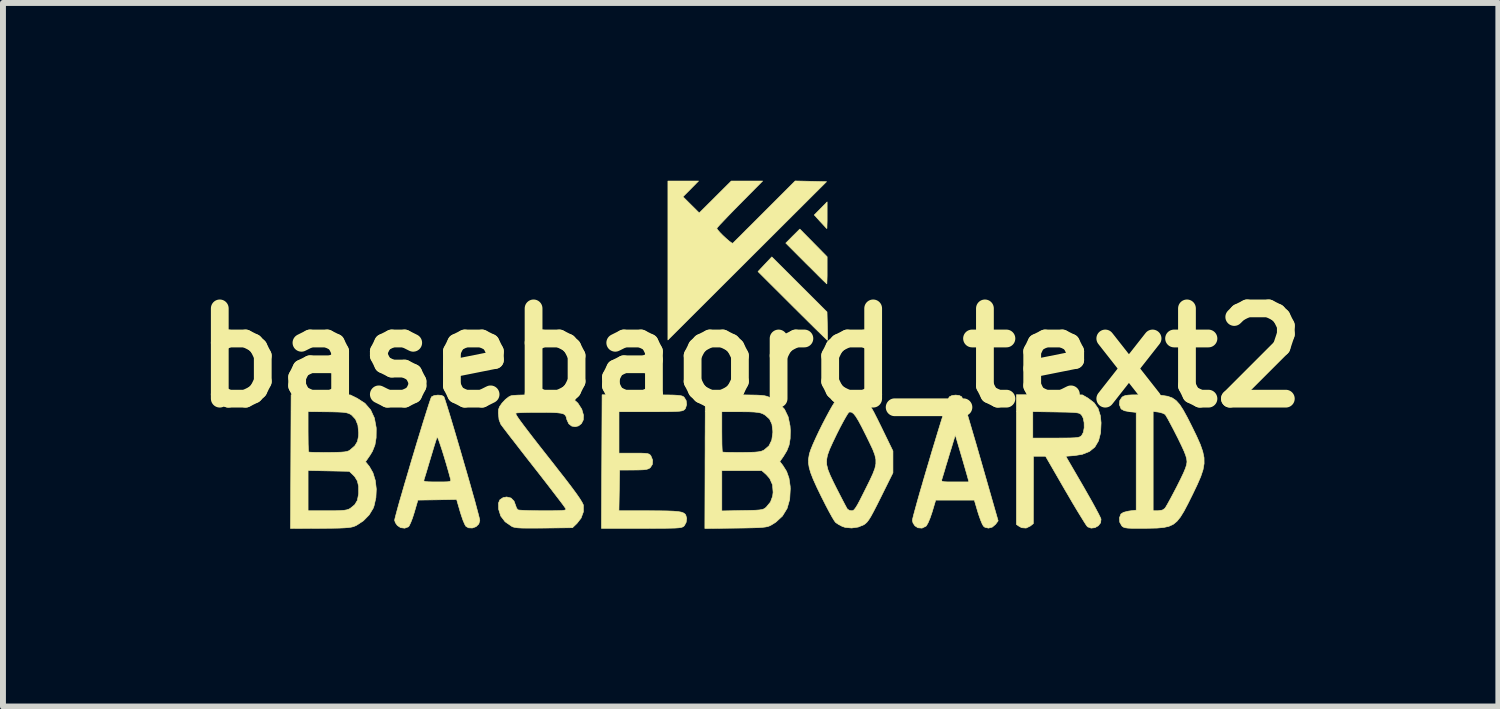
<source format=kicad_pcb>
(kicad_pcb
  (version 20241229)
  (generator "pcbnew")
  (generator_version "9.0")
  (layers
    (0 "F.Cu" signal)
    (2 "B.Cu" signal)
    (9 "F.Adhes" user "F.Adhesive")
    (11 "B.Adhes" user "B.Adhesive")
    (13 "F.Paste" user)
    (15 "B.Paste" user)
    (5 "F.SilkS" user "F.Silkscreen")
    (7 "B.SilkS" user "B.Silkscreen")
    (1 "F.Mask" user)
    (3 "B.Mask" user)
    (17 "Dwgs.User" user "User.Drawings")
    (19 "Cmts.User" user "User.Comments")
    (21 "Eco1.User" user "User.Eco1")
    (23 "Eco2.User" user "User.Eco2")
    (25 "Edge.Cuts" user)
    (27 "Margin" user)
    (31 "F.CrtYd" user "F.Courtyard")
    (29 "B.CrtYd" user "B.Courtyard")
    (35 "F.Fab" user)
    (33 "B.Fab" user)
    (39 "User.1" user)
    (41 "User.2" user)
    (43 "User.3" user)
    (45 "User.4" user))
  (footprint "basebaord_text2"
    (layer "F.Cu")
    (at 9.623 2.991)
    (property "Reference" "basebaord_text2" (at 0 0 0) (layer "F.SilkS") (effects (font (size 1.524 1.524) (thickness 0.3))))
    (attr through_hole)
    (fp_poly (pts (xy 1.291 -2.406) (xy 1.291 -2.314) (xy 1.289 -2.241) (xy 1.288 -2.194) (xy 1.286 -2.182) (xy 1.27 -2.198) (xy 1.234 -2.237) (xy 1.184 -2.291) (xy 1.177 -2.298) (xy 1.074 -2.412) (xy 1.183 -2.522) (xy 1.291 -2.632) (xy 1.291 -2.406)) (stroke (width 0.01) (type solid)) (fill yes) (layer "F.SilkS"))
    (fp_poly (pts (xy 1.061 -1.94) (xy 1.291 -1.706) (xy 1.291 -1.478) (xy 1.291 -1.385) (xy 1.289 -1.31) (xy 1.287 -1.262) (xy 1.286 -1.249) (xy 1.27 -1.263) (xy 1.228 -1.303) (xy 1.165 -1.365) (xy 1.086 -1.444) (xy 0.993 -1.537) (xy 0.936 -1.593) (xy 0.593 -1.937) (xy 0.711 -2.056) (xy 0.83 -2.174) (xy 1.061 -1.94)) (stroke (width 0.01) (type solid)) (fill yes) (layer "F.SilkS"))
    (fp_poly (pts (xy 0.823 -1.239) (xy 1.289 -0.774) (xy 1.295 -0.535) (xy 1.297 -0.44) (xy 1.298 -0.363) (xy 1.297 -0.313) (xy 1.295 -0.296) (xy 1.279 -0.311) (xy 1.237 -0.352) (xy 1.171 -0.416) (xy 1.084 -0.501) (xy 0.981 -0.603) (xy 0.864 -0.719) (xy 0.737 -0.845) (xy 0.706 -0.876) (xy 0.124 -1.456) (xy 0.24 -1.58) (xy 0.357 -1.704) (xy 0.823 -1.239)) (stroke (width 0.01) (type solid)) (fill yes) (layer "F.SilkS"))
    (fp_poly (pts (xy 1.281 -2.974) (xy -0.058 -1.638) (xy -1.397 -0.302) (xy -1.397 -2.985) (xy -0.88 -2.985) (xy -1.011 -2.852) (xy -1.143 -2.719) (xy -1.005 -2.582) (xy -0.868 -2.446) (xy -0.327 -2.985) (xy 0.202 -2.985) (xy -0.185 -2.594) (xy -0.289 -2.488) (xy -0.382 -2.392) (xy -0.461 -2.309) (xy -0.522 -2.245) (xy -0.56 -2.202) (xy -0.572 -2.186) (xy -0.557 -2.161) (xy -0.521 -2.119) (xy -0.471 -2.068) (xy -0.415 -2.016) (xy -0.363 -1.971) (xy -0.322 -1.941) (xy -0.302 -1.933) (xy -0.284 -1.951) (xy -0.239 -1.996) (xy -0.171 -2.063) (xy -0.085 -2.15) (xy 0.018 -2.252) (xy 0.133 -2.367) (xy 0.233 -2.467) (xy 0.752 -2.986) (xy 1.281 -2.974)) (stroke (width 0.01) (type solid)) (fill yes) (layer "F.SilkS"))
    (fp_poly (pts (xy -1.838 0.625) (xy -1.651 0.625) (xy -1.502 0.626) (xy -1.386 0.627) (xy -1.298 0.629) (xy -1.234 0.633) (xy -1.19 0.638) (xy -1.16 0.644) (xy -1.14 0.653) (xy -1.125 0.664) (xy -1.124 0.665) (xy -1.089 0.721) (xy -1.081 0.789) (xy -1.1 0.853) (xy -1.118 0.875) (xy -1.135 0.886) (xy -1.16 0.895) (xy -1.2 0.901) (xy -1.26 0.905) (xy -1.343 0.908) (xy -1.457 0.909) (xy -1.605 0.91) (xy -1.69 0.91) (xy -2.223 0.91) (xy -2.223 1.609) (xy -1.97 1.609) (xy -1.862 1.609) (xy -1.789 1.612) (xy -1.741 1.617) (xy -1.712 1.627) (xy -1.693 1.643) (xy -1.684 1.656) (xy -1.655 1.727) (xy -1.659 1.798) (xy -1.694 1.853) (xy -1.72 1.871) (xy -1.757 1.883) (xy -1.812 1.89) (xy -1.895 1.893) (xy -1.975 1.894) (xy -2.212 1.895) (xy -2.218 2.239) (xy -2.224 2.582) (xy -1.714 2.582) (xy -1.541 2.583) (xy -1.405 2.585) (xy -1.301 2.589) (xy -1.225 2.596) (xy -1.171 2.605) (xy -1.134 2.619) (xy -1.109 2.637) (xy -1.096 2.654) (xy -1.08 2.71) (xy -1.089 2.777) (xy -1.119 2.833) (xy -1.122 2.836) (xy -1.135 2.848) (xy -1.152 2.857) (xy -1.178 2.865) (xy -1.217 2.87) (xy -1.273 2.874) (xy -1.352 2.876) (xy -1.458 2.878) (xy -1.595 2.878) (xy -1.768 2.879) (xy -1.842 2.879) (xy -2.519 2.879) (xy -2.508 0.624) (xy -1.838 0.625)) (stroke (width 0.01) (type solid)) (fill yes) (layer "F.SilkS"))
    (fp_poly (pts (xy 5.601 0.626) (xy 5.7 0.684) (xy 5.799 0.76) (xy 5.866 0.856) (xy 5.904 0.978) (xy 5.916 1.097) (xy 5.908 1.265) (xy 5.873 1.401) (xy 5.811 1.506) (xy 5.72 1.581) (xy 5.599 1.629) (xy 5.47 1.65) (xy 5.32 1.662) (xy 5.613 2.166) (xy 5.69 2.301) (xy 5.761 2.426) (xy 5.821 2.536) (xy 5.869 2.626) (xy 5.901 2.69) (xy 5.915 2.723) (xy 5.915 2.724) (xy 5.908 2.785) (xy 5.869 2.835) (xy 5.813 2.867) (xy 5.748 2.875) (xy 5.688 2.853) (xy 5.687 2.852) (xy 5.668 2.828) (xy 5.631 2.771) (xy 5.579 2.687) (xy 5.514 2.581) (xy 5.439 2.456) (xy 5.358 2.317) (xy 5.315 2.244) (xy 4.979 1.662) (xy 4.774 1.662) (xy 4.773 2.23) (xy 4.772 2.799) (xy 4.722 2.839) (xy 4.65 2.874) (xy 4.576 2.868) (xy 4.534 2.846) (xy 4.487 2.813) (xy 4.487 1.355) (xy 4.763 1.355) (xy 5.154 1.355) (xy 5.293 1.354) (xy 5.396 1.353) (xy 5.469 1.35) (xy 5.518 1.345) (xy 5.551 1.337) (xy 5.573 1.325) (xy 5.588 1.312) (xy 5.617 1.258) (xy 5.631 1.181) (xy 5.63 1.095) (xy 5.614 1.017) (xy 5.59 0.971) (xy 5.574 0.953) (xy 5.556 0.94) (xy 5.528 0.931) (xy 5.485 0.925) (xy 5.419 0.92) (xy 5.326 0.917) (xy 5.199 0.915) (xy 5.156 0.914) (xy 4.763 0.908) (xy 4.763 1.355) (xy 4.487 1.355) (xy 4.487 0.623) (xy 5.601 0.626)) (stroke (width 0.01) (type solid)) (fill yes) (layer "F.SilkS"))
    (fp_poly (pts (xy 3.522 0.636) (xy 3.563 0.658) (xy 3.564 0.66) (xy 3.575 0.686) (xy 3.595 0.749) (xy 3.625 0.845) (xy 3.663 0.969) (xy 3.707 1.118) (xy 3.757 1.288) (xy 3.812 1.475) (xy 3.869 1.674) (xy 3.883 1.722) (xy 4.178 2.752) (xy 4.135 2.81) (xy 4.079 2.858) (xy 4.015 2.875) (xy 3.955 2.861) (xy 3.93 2.841) (xy 3.909 2.804) (xy 3.881 2.737) (xy 3.851 2.652) (xy 3.835 2.602) (xy 3.776 2.402) (xy 3.124 2.402) (xy 3.064 2.603) (xy 3.03 2.703) (xy 2.997 2.782) (xy 2.968 2.833) (xy 2.96 2.842) (xy 2.893 2.875) (xy 2.823 2.869) (xy 2.773 2.836) (xy 2.741 2.788) (xy 2.731 2.746) (xy 2.736 2.713) (xy 2.753 2.645) (xy 2.78 2.546) (xy 2.814 2.422) (xy 2.855 2.277) (xy 2.902 2.117) (xy 2.914 2.075) (xy 3.224 2.075) (xy 3.236 2.085) (xy 3.268 2.092) (xy 3.328 2.095) (xy 3.421 2.095) (xy 3.449 2.095) (xy 3.684 2.095) (xy 3.671 2.045) (xy 3.661 2.008) (xy 3.641 1.938) (xy 3.614 1.844) (xy 3.582 1.733) (xy 3.557 1.648) (xy 3.455 1.302) (xy 3.388 1.524) (xy 3.354 1.633) (xy 3.321 1.744) (xy 3.291 1.841) (xy 3.279 1.884) (xy 3.256 1.96) (xy 3.237 2.023) (xy 3.226 2.058) (xy 3.224 2.075) (xy 2.914 2.075) (xy 2.952 1.945) (xy 3.005 1.767) (xy 3.058 1.587) (xy 3.112 1.41) (xy 3.163 1.241) (xy 3.211 1.085) (xy 3.255 0.946) (xy 3.292 0.829) (xy 3.322 0.74) (xy 3.343 0.681) (xy 3.353 0.66) (xy 3.398 0.637) (xy 3.461 0.629) (xy 3.522 0.636)) (stroke (width 0.01) (type solid)) (fill yes) (layer "F.SilkS"))
    (fp_poly (pts (xy -6.76 0.626) (xy -6.64 0.685) (xy -6.511 0.769) (xy -6.415 0.88) (xy -6.352 1.017) (xy -6.322 1.179) (xy -6.321 1.202) (xy -6.323 1.35) (xy -6.343 1.471) (xy -6.385 1.577) (xy -6.426 1.645) (xy -6.502 1.755) (xy -6.437 1.835) (xy -6.377 1.94) (xy -6.337 2.071) (xy -6.32 2.216) (xy -6.327 2.362) (xy -6.358 2.499) (xy -6.373 2.54) (xy -6.441 2.652) (xy -6.539 2.752) (xy -6.655 2.828) (xy -6.674 2.837) (xy -6.707 2.85) (xy -6.745 2.859) (xy -6.795 2.866) (xy -6.862 2.871) (xy -6.953 2.875) (xy -7.074 2.877) (xy -7.229 2.878) (xy -7.265 2.878) (xy -7.769 2.88) (xy -7.767 2.582) (xy -7.472 2.582) (xy -7.149 2.582) (xy -7.022 2.582) (xy -6.929 2.579) (xy -6.863 2.574) (xy -6.817 2.566) (xy -6.782 2.554) (xy -6.759 2.541) (xy -6.685 2.481) (xy -6.64 2.407) (xy -6.62 2.305) (xy -6.618 2.284) (xy -6.619 2.168) (xy -6.64 2.078) (xy -6.684 2.006) (xy -6.711 1.978) (xy -6.776 1.916) (xy -7.124 1.909) (xy -7.472 1.902) (xy -7.472 2.582) (xy -7.767 2.582) (xy -7.763 1.752) (xy -7.761 1.244) (xy -7.472 1.244) (xy -7.471 1.359) (xy -7.47 1.458) (xy -7.467 1.535) (xy -7.464 1.58) (xy -7.462 1.59) (xy -7.439 1.593) (xy -7.38 1.596) (xy -7.295 1.597) (xy -7.19 1.598) (xy -7.134 1.598) (xy -7.009 1.596) (xy -6.918 1.593) (xy -6.855 1.588) (xy -6.812 1.58) (xy -6.781 1.568) (xy -6.759 1.553) (xy -6.682 1.485) (xy -6.638 1.412) (xy -6.62 1.32) (xy -6.618 1.265) (xy -6.631 1.135) (xy -6.671 1.036) (xy -6.738 0.965) (xy -6.756 0.953) (xy -6.787 0.938) (xy -6.826 0.927) (xy -6.881 0.919) (xy -6.959 0.915) (xy -7.067 0.912) (xy -7.146 0.911) (xy -7.472 0.908) (xy -7.472 1.244) (xy -7.761 1.244) (xy -7.758 0.624) (xy -6.76 0.626)) (stroke (width 0.01) (type solid)) (fill yes) (layer "F.SilkS"))
    (fp_poly (pts (xy 6.654 0.625) (xy 6.67 0.625) (xy 6.822 0.627) (xy 6.943 0.634) (xy 7.04 0.649) (xy 7.118 0.677) (xy 7.184 0.723) (xy 7.244 0.79) (xy 7.304 0.883) (xy 7.371 1.005) (xy 7.447 1.155) (xy 7.529 1.323) (xy 7.591 1.463) (xy 7.632 1.581) (xy 7.654 1.686) (xy 7.655 1.786) (xy 7.637 1.89) (xy 7.599 2.004) (xy 7.541 2.138) (xy 7.465 2.297) (xy 7.384 2.46) (xy 7.316 2.589) (xy 7.255 2.688) (xy 7.196 2.761) (xy 7.133 2.812) (xy 7.06 2.845) (xy 6.973 2.864) (xy 6.865 2.874) (xy 6.731 2.877) (xy 6.662 2.878) (xy 6.532 2.878) (xy 6.436 2.878) (xy 6.37 2.875) (xy 6.326 2.869) (xy 6.297 2.86) (xy 6.276 2.847) (xy 6.266 2.837) (xy 6.231 2.775) (xy 6.226 2.702) (xy 6.25 2.638) (xy 6.294 2.609) (xy 6.373 2.589) (xy 6.393 2.586) (xy 6.422 2.582) (xy 6.795 2.582) (xy 6.876 2.582) (xy 6.949 2.571) (xy 6.99 2.545) (xy 7.011 2.515) (xy 7.046 2.454) (xy 7.093 2.368) (xy 7.147 2.266) (xy 7.195 2.174) (xy 7.261 2.042) (xy 7.309 1.941) (xy 7.341 1.864) (xy 7.359 1.806) (xy 7.366 1.761) (xy 7.366 1.75) (xy 7.361 1.706) (xy 7.346 1.651) (xy 7.318 1.578) (xy 7.274 1.482) (xy 7.213 1.356) (xy 7.196 1.323) (xy 7.139 1.211) (xy 7.087 1.113) (xy 7.044 1.032) (xy 7.012 0.978) (xy 6.998 0.956) (xy 6.96 0.936) (xy 6.9 0.919) (xy 6.882 0.916) (xy 6.795 0.905) (xy 6.795 2.582) (xy 6.422 2.582) (xy 6.509 2.572) (xy 6.509 0.921) (xy 6.395 0.909) (xy 6.309 0.893) (xy 6.258 0.865) (xy 6.252 0.858) (xy 6.225 0.79) (xy 6.232 0.72) (xy 6.271 0.663) (xy 6.273 0.662) (xy 6.296 0.648) (xy 6.326 0.637) (xy 6.37 0.63) (xy 6.434 0.626) (xy 6.527 0.625) (xy 6.654 0.625)) (stroke (width 0.01) (type solid)) (fill yes) (layer "F.SilkS"))
    (fp_poly (pts (xy -5.22 0.634) (xy -5.182 0.652) (xy -5.171 0.676) (xy -5.151 0.737) (xy -5.122 0.828) (xy -5.085 0.947) (xy -5.043 1.087) (xy -4.996 1.244) (xy -4.946 1.414) (xy -4.894 1.591) (xy -4.842 1.771) (xy -4.79 1.949) (xy -4.741 2.12) (xy -4.696 2.28) (xy -4.655 2.424) (xy -4.622 2.548) (xy -4.596 2.645) (xy -4.579 2.713) (xy -4.573 2.745) (xy -4.573 2.746) (xy -4.59 2.805) (xy -4.636 2.85) (xy -4.698 2.873) (xy -4.762 2.87) (xy -4.806 2.846) (xy -4.826 2.813) (xy -4.854 2.749) (xy -4.883 2.665) (xy -4.903 2.602) (xy -4.964 2.391) (xy -5.291 2.397) (xy -5.618 2.402) (xy -5.68 2.614) (xy -5.709 2.705) (xy -5.739 2.782) (xy -5.764 2.834) (xy -5.776 2.852) (xy -5.84 2.876) (xy -5.91 2.867) (xy -5.965 2.83) (xy -5.998 2.783) (xy -6.011 2.743) (xy -6.005 2.711) (xy -5.988 2.645) (xy -5.962 2.548) (xy -5.928 2.425) (xy -5.886 2.282) (xy -5.84 2.122) (xy -5.823 2.066) (xy -5.518 2.066) (xy -5.516 2.079) (xy -5.493 2.088) (xy -5.444 2.093) (xy -5.363 2.095) (xy -5.291 2.095) (xy -5.188 2.095) (xy -5.121 2.093) (xy -5.082 2.087) (xy -5.065 2.078) (xy -5.063 2.063) (xy -5.064 2.058) (xy -5.098 1.932) (xy -5.135 1.803) (xy -5.172 1.679) (xy -5.207 1.566) (xy -5.239 1.469) (xy -5.265 1.394) (xy -5.284 1.349) (xy -5.293 1.338) (xy -5.304 1.367) (xy -5.324 1.429) (xy -5.351 1.516) (xy -5.383 1.622) (xy -5.407 1.701) (xy -5.441 1.815) (xy -5.471 1.917) (xy -5.496 1.998) (xy -5.512 2.05) (xy -5.518 2.066) (xy -5.823 2.066) (xy -5.789 1.951) (xy -5.737 1.773) (xy -5.683 1.594) (xy -5.63 1.417) (xy -5.578 1.248) (xy -5.53 1.091) (xy -5.486 0.951) (xy -5.449 0.834) (xy -5.419 0.742) (xy -5.398 0.682) (xy -5.387 0.658) (xy -5.344 0.637) (xy -5.281 0.629) (xy -5.22 0.634)) (stroke (width 0.01) (type solid)) (fill yes) (layer "F.SilkS"))
    (fp_poly (pts (xy 1.812 0.639) (xy 1.884 0.667) (xy 1.92 0.689) (xy 1.953 0.72) (xy 1.989 0.764) (xy 2.029 0.827) (xy 2.078 0.914) (xy 2.136 1.028) (xy 2.209 1.176) (xy 2.223 1.205) (xy 2.402 1.573) (xy 2.402 1.941) (xy 2.197 2.354) (xy 2.127 2.494) (xy 2.072 2.6) (xy 2.029 2.679) (xy 1.994 2.735) (xy 1.964 2.774) (xy 1.936 2.8) (xy 1.913 2.817) (xy 1.816 2.857) (xy 1.705 2.873) (xy 1.597 2.863) (xy 1.546 2.846) (xy 1.485 2.814) (xy 1.435 2.78) (xy 1.432 2.777) (xy 1.411 2.748) (xy 1.374 2.687) (xy 1.326 2.6) (xy 1.27 2.494) (xy 1.21 2.375) (xy 1.195 2.346) (xy 1.116 2.183) (xy 1.056 2.05) (xy 1.014 1.942) (xy 0.988 1.852) (xy 0.976 1.774) (xy 0.977 1.726) (xy 1.281 1.726) (xy 1.284 1.806) (xy 1.305 1.89) (xy 1.344 1.987) (xy 1.401 2.107) (xy 1.448 2.201) (xy 1.504 2.31) (xy 1.554 2.407) (xy 1.595 2.485) (xy 1.623 2.537) (xy 1.635 2.556) (xy 1.671 2.577) (xy 1.707 2.582) (xy 1.727 2.579) (xy 1.747 2.564) (xy 1.771 2.533) (xy 1.803 2.482) (xy 1.844 2.405) (xy 1.898 2.298) (xy 1.939 2.216) (xy 2.01 2.073) (xy 2.062 1.961) (xy 2.097 1.869) (xy 2.114 1.79) (xy 2.114 1.716) (xy 2.096 1.637) (xy 2.061 1.545) (xy 2.008 1.433) (xy 1.949 1.312) (xy 1.878 1.171) (xy 1.821 1.064) (xy 1.775 0.989) (xy 1.737 0.942) (xy 1.704 0.918) (xy 1.674 0.914) (xy 1.661 0.918) (xy 1.642 0.94) (xy 1.608 0.995) (xy 1.563 1.075) (xy 1.51 1.174) (xy 1.454 1.285) (xy 1.384 1.431) (xy 1.331 1.548) (xy 1.297 1.643) (xy 1.281 1.726) (xy 0.977 1.726) (xy 0.978 1.702) (xy 0.99 1.63) (xy 0.993 1.617) (xy 1.014 1.553) (xy 1.05 1.464) (xy 1.098 1.357) (xy 1.153 1.24) (xy 1.213 1.119) (xy 1.274 1.002) (xy 1.332 0.894) (xy 1.383 0.805) (xy 1.425 0.739) (xy 1.454 0.704) (xy 1.455 0.703) (xy 1.567 0.648) (xy 1.69 0.626) (xy 1.812 0.639)) (stroke (width 0.01) (type solid)) (fill yes) (layer "F.SilkS"))
    (fp_poly (pts (xy -0.259 0.625) (xy -0.101 0.626) (xy 0.022 0.628) (xy 0.114 0.63) (xy 0.183 0.634) (xy 0.233 0.64) (xy 0.272 0.649) (xy 0.304 0.661) (xy 0.338 0.676) (xy 0.349 0.682) (xy 0.478 0.766) (xy 0.572 0.869) (xy 0.633 0.996) (xy 0.665 1.149) (xy 0.67 1.226) (xy 0.667 1.363) (xy 0.649 1.472) (xy 0.611 1.569) (xy 0.554 1.663) (xy 0.492 1.751) (xy 0.543 1.816) (xy 0.607 1.918) (xy 0.647 2.031) (xy 0.667 2.168) (xy 0.669 2.212) (xy 0.659 2.39) (xy 0.615 2.543) (xy 0.536 2.672) (xy 0.423 2.776) (xy 0.349 2.822) (xy 0.32 2.837) (xy 0.289 2.848) (xy 0.25 2.856) (xy 0.198 2.862) (xy 0.126 2.867) (xy 0.029 2.87) (xy -0.099 2.873) (xy -0.254 2.875) (xy -0.773 2.881) (xy -0.77 1.905) (xy -0.487 1.905) (xy -0.487 2.585) (xy -0.139 2.578) (xy -0.01 2.576) (xy 0.084 2.573) (xy 0.149 2.568) (xy 0.193 2.561) (xy 0.224 2.55) (xy 0.247 2.535) (xy 0.265 2.519) (xy 0.335 2.434) (xy 0.371 2.336) (xy 0.379 2.27) (xy 0.369 2.143) (xy 0.322 2.037) (xy 0.263 1.97) (xy 0.189 1.905) (xy -0.487 1.905) (xy -0.77 1.905) (xy -0.77 1.763) (xy -0.769 1.55) (xy -0.769 1.349) (xy -0.768 1.245) (xy -0.487 1.245) (xy -0.486 1.36) (xy -0.485 1.459) (xy -0.482 1.535) (xy -0.479 1.58) (xy -0.477 1.59) (xy -0.454 1.593) (xy -0.395 1.596) (xy -0.31 1.597) (xy -0.206 1.598) (xy -0.154 1.598) (xy -0.027 1.596) (xy 0.065 1.593) (xy 0.13 1.587) (xy 0.177 1.578) (xy 0.213 1.564) (xy 0.23 1.554) (xy 0.309 1.486) (xy 0.356 1.39) (xy 0.374 1.266) (xy 0.374 1.233) (xy 0.359 1.119) (xy 0.319 1.034) (xy 0.249 0.97) (xy 0.21 0.947) (xy 0.173 0.932) (xy 0.125 0.922) (xy 0.06 0.915) (xy -0.031 0.911) (xy -0.156 0.91) (xy -0.175 0.91) (xy -0.487 0.91) (xy -0.487 1.245) (xy -0.768 1.245) (xy -0.768 1.166) (xy -0.767 1.003) (xy -0.767 0.865) (xy -0.766 0.756) (xy -0.765 0.679) (xy -0.765 0.639) (xy -0.765 0.634) (xy -0.744 0.631) (xy -0.686 0.629) (xy -0.598 0.627) (xy -0.485 0.625) (xy -0.354 0.625) (xy -0.259 0.625)) (stroke (width 0.01) (type solid)) (fill yes) (layer "F.SilkS"))
    (fp_poly (pts (xy -3.542 0.624) (xy -3.394 0.625) (xy -3.281 0.626) (xy -3.198 0.629) (xy -3.139 0.633) (xy -3.096 0.64) (xy -3.065 0.651) (xy -3.038 0.665) (xy -3.01 0.682) (xy -2.917 0.765) (xy -2.851 0.868) (xy -2.822 0.969) (xy -2.826 1.049) (xy -2.857 1.11) (xy -2.906 1.149) (xy -2.964 1.163) (xy -3.022 1.152) (xy -3.071 1.113) (xy -3.103 1.043) (xy -3.105 1.035) (xy -3.114 0.997) (xy -3.13 0.968) (xy -3.157 0.948) (xy -3.202 0.935) (xy -3.269 0.927) (xy -3.366 0.922) (xy -3.496 0.921) (xy -3.56 0.921) (xy -3.683 0.921) (xy -3.792 0.923) (xy -3.88 0.926) (xy -3.939 0.929) (xy -3.961 0.933) (xy -3.965 0.94) (xy -3.961 0.955) (xy -3.948 0.979) (xy -3.924 1.016) (xy -3.887 1.068) (xy -3.835 1.138) (xy -3.767 1.228) (xy -3.68 1.341) (xy -3.573 1.479) (xy -3.443 1.644) (xy -3.289 1.84) (xy -3.267 1.869) (xy -3.135 2.037) (xy -3.029 2.176) (xy -2.947 2.287) (xy -2.887 2.373) (xy -2.848 2.436) (xy -2.827 2.478) (xy -2.824 2.49) (xy -2.824 2.6) (xy -2.863 2.706) (xy -2.932 2.795) (xy -3.008 2.868) (xy -3.488 2.874) (xy -3.648 2.875) (xy -3.772 2.875) (xy -3.864 2.874) (xy -3.932 2.87) (xy -3.979 2.863) (xy -4.013 2.855) (xy -4.032 2.846) (xy -4.145 2.768) (xy -4.219 2.671) (xy -4.255 2.556) (xy -4.257 2.452) (xy -4.234 2.397) (xy -4.179 2.36) (xy -4.119 2.349) (xy -4.046 2.367) (xy -3.995 2.419) (xy -3.97 2.487) (xy -3.952 2.537) (xy -3.93 2.566) (xy -3.902 2.571) (xy -3.838 2.575) (xy -3.747 2.579) (xy -3.634 2.581) (xy -3.508 2.582) (xy -3.506 2.582) (xy -3.366 2.582) (xy -3.263 2.58) (xy -3.192 2.578) (xy -3.147 2.573) (xy -3.125 2.566) (xy -3.118 2.556) (xy -3.119 2.55) (xy -3.135 2.527) (xy -3.173 2.474) (xy -3.233 2.395) (xy -3.31 2.295) (xy -3.401 2.176) (xy -3.505 2.042) (xy -3.617 1.898) (xy -3.658 1.846) (xy -3.774 1.698) (xy -3.883 1.558) (xy -3.981 1.431) (xy -4.067 1.321) (xy -4.136 1.231) (xy -4.186 1.165) (xy -4.214 1.127) (xy -4.218 1.122) (xy -4.248 1.044) (xy -4.259 0.934) (xy -4.257 0.873) (xy -4.239 0.824) (xy -4.197 0.764) (xy -4.141 0.704) (xy -4.082 0.658) (xy -4.047 0.641) (xy -4.009 0.635) (xy -3.936 0.63) (xy -3.836 0.627) (xy -3.714 0.625) (xy -3.58 0.624) (xy -3.542 0.624)) (stroke (width 0.01) (type solid)) (fill yes) (layer "F.SilkS")))
  (gr_rect
    (start -3 -3)
    (end 22.246 8.877)
    (stroke (width 0.1) (type default))
    (fill no)
    (layer "Edge.Cuts")))
</source>
